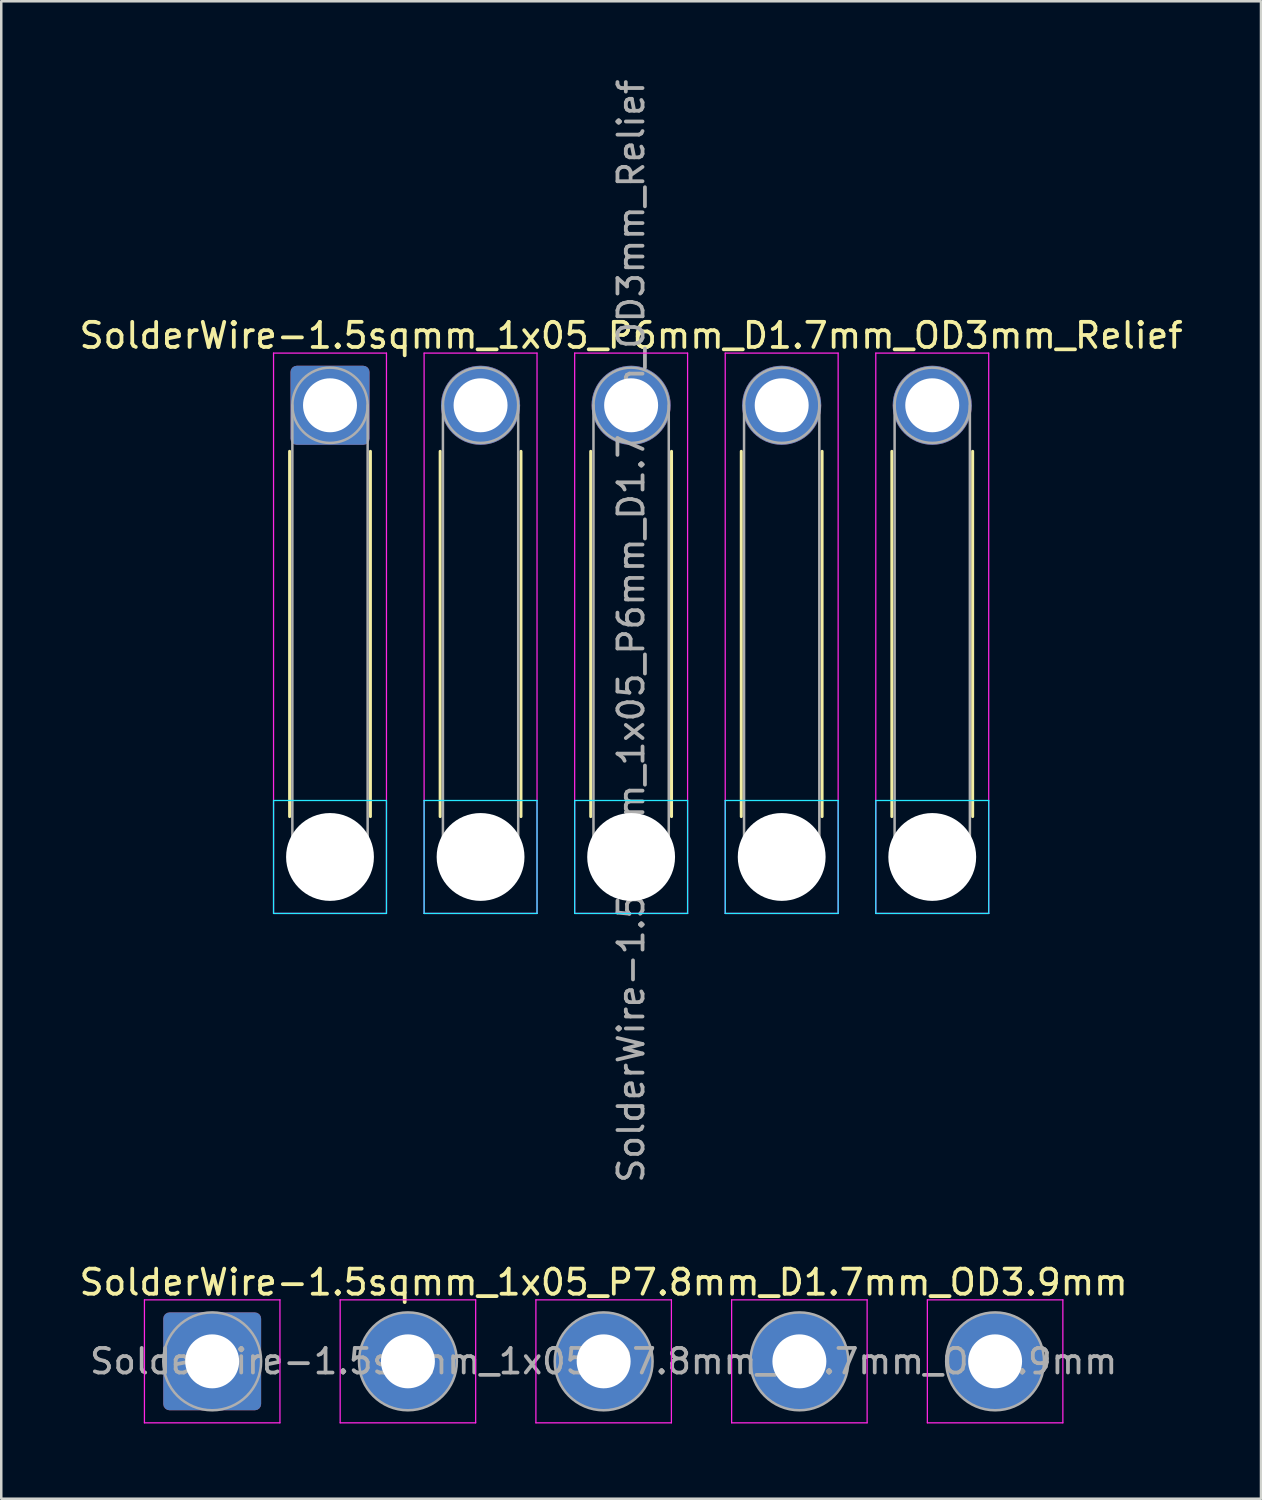
<source format=kicad_pcb>
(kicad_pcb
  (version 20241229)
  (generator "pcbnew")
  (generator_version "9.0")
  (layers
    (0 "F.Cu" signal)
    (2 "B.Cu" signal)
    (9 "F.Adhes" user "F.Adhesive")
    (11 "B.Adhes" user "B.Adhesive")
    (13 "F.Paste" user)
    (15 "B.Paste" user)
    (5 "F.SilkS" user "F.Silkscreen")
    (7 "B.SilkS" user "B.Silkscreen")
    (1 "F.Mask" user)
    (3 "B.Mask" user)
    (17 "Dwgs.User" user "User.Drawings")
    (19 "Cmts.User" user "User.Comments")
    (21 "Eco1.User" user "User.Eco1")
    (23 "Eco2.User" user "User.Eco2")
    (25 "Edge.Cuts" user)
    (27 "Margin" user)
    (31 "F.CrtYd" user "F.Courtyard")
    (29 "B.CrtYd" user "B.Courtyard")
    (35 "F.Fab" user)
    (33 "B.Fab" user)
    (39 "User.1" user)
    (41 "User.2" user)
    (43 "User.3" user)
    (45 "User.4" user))
  (footprint "SolderWire-1.5sqmm_1x05_P7.8mm_D1.7mm_OD3.9mm"
    (layer "F.Cu")
    (at 5.406 51.201)
    (property "Reference" "SolderWire-1.5sqmm_1x05_P7.8mm_D1.7mm_OD3.9mm" (at 15.6 -3.15 0) (layer "F.SilkS") (effects (font (size 1 1) (thickness 0.15))))
    (attr exclude_from_pos_files exclude_from_bom)
    (fp_line (start -2.7 -2.45) (end -2.7 2.45) (stroke (width 0.05) (type solid)) (layer "F.CrtYd"))
    (fp_line (start -2.7 2.45) (end 2.7 2.45) (stroke (width 0.05) (type solid)) (layer "F.CrtYd"))
    (fp_line (start 2.7 -2.45) (end -2.7 -2.45) (stroke (width 0.05) (type solid)) (layer "F.CrtYd"))
    (fp_line (start 2.7 2.45) (end 2.7 -2.45) (stroke (width 0.05) (type solid)) (layer "F.CrtYd"))
    (fp_line (start 5.1 -2.45) (end 5.1 2.45) (stroke (width 0.05) (type solid)) (layer "F.CrtYd"))
    (fp_line (start 5.1 2.45) (end 10.5 2.45) (stroke (width 0.05) (type solid)) (layer "F.CrtYd"))
    (fp_line (start 10.5 -2.45) (end 5.1 -2.45) (stroke (width 0.05) (type solid)) (layer "F.CrtYd"))
    (fp_line (start 10.5 2.45) (end 10.5 -2.45) (stroke (width 0.05) (type solid)) (layer "F.CrtYd"))
    (fp_line (start 12.9 -2.45) (end 12.9 2.45) (stroke (width 0.05) (type solid)) (layer "F.CrtYd"))
    (fp_line (start 12.9 2.45) (end 18.3 2.45) (stroke (width 0.05) (type solid)) (layer "F.CrtYd"))
    (fp_line (start 18.3 -2.45) (end 12.9 -2.45) (stroke (width 0.05) (type solid)) (layer "F.CrtYd"))
    (fp_line (start 18.3 2.45) (end 18.3 -2.45) (stroke (width 0.05) (type solid)) (layer "F.CrtYd"))
    (fp_line (start 20.7 -2.45) (end 20.7 2.45) (stroke (width 0.05) (type solid)) (layer "F.CrtYd"))
    (fp_line (start 20.7 2.45) (end 26.1 2.45) (stroke (width 0.05) (type solid)) (layer "F.CrtYd"))
    (fp_line (start 26.1 -2.45) (end 20.7 -2.45) (stroke (width 0.05) (type solid)) (layer "F.CrtYd"))
    (fp_line (start 26.1 2.45) (end 26.1 -2.45) (stroke (width 0.05) (type solid)) (layer "F.CrtYd"))
    (fp_line (start 28.5 -2.45) (end 28.5 2.45) (stroke (width 0.05) (type solid)) (layer "F.CrtYd"))
    (fp_line (start 28.5 2.45) (end 33.9 2.45) (stroke (width 0.05) (type solid)) (layer "F.CrtYd"))
    (fp_line (start 33.9 -2.45) (end 28.5 -2.45) (stroke (width 0.05) (type solid)) (layer "F.CrtYd"))
    (fp_line (start 33.9 2.45) (end 33.9 -2.45) (stroke (width 0.05) (type solid)) (layer "F.CrtYd"))
    (fp_circle (center 0 0) (end 1.95 0) (stroke (width 0.1) (type solid)) (fill no) (layer "F.Fab"))
    (fp_circle (center 7.8 0) (end 9.75 0) (stroke (width 0.1) (type solid)) (fill no) (layer "F.Fab"))
    (fp_circle (center 15.6 0) (end 17.55 0) (stroke (width 0.1) (type solid)) (fill no) (layer "F.Fab"))
    (fp_circle (center 23.4 0) (end 25.35 0) (stroke (width 0.1) (type solid)) (fill no) (layer "F.Fab"))
    (fp_circle (center 31.2 0) (end 33.15 0) (stroke (width 0.1) (type solid)) (fill no) (layer "F.Fab"))
    (fp_text user "${REFERENCE}" (at 15.6 0 0) (layer "F.Fab") (effects (font (size 0.98 0.98) (thickness 0.15))))
    (pad "1" thru_hole roundrect (at 0 0) (size 3.9 3.9) (drill 2.15) (layers "*.Cu" "*.Mask") (roundrect_rratio 0.064))
    (pad "2" thru_hole circle (at 7.8 0) (size 3.9 3.9) (drill 2.15) (layers "*.Cu" "*.Mask"))
    (pad "3" thru_hole circle (at 15.6 0) (size 3.9 3.9) (drill 2.15) (layers "*.Cu" "*.Mask"))
    (pad "4" thru_hole circle (at 23.4 0) (size 3.9 3.9) (drill 2.15) (layers "*.Cu" "*.Mask"))
    (pad "5" thru_hole circle (at 31.2 0) (size 3.9 3.9) (drill 2.15) (layers "*.Cu" "*.Mask")))
  (footprint "SolderWire-1.5sqmm_1x05_P6mm_D1.7mm_OD3mm_Relief"
    (layer "F.Cu")
    (at 10.101 13.101)
    (property "Reference" "SolderWire-1.5sqmm_1x05_P6mm_D1.7mm_OD3mm_Relief" (at 12 -2.78 0) (layer "F.SilkS") (effects (font (size 1 1) (thickness 0.15))))
    (attr exclude_from_pos_files exclude_from_bom)
    (fp_line (start -1.61 1.835) (end -1.61 16.39) (stroke (width 0.12) (type solid)) (layer "F.SilkS"))
    (fp_line (start 1.61 1.835) (end 1.61 16.39) (stroke (width 0.12) (type solid)) (layer "F.SilkS"))
    (fp_line (start 4.39 1.835) (end 4.39 16.39) (stroke (width 0.12) (type solid)) (layer "F.SilkS"))
    (fp_line (start 7.61 1.835) (end 7.61 16.39) (stroke (width 0.12) (type solid)) (layer "F.SilkS"))
    (fp_line (start 10.39 1.835) (end 10.39 16.39) (stroke (width 0.12) (type solid)) (layer "F.SilkS"))
    (fp_line (start 13.61 1.835) (end 13.61 16.39) (stroke (width 0.12) (type solid)) (layer "F.SilkS"))
    (fp_line (start 16.39 1.835) (end 16.39 16.39) (stroke (width 0.12) (type solid)) (layer "F.SilkS"))
    (fp_line (start 19.61 1.835) (end 19.61 16.39) (stroke (width 0.12) (type solid)) (layer "F.SilkS"))
    (fp_line (start 22.39 1.835) (end 22.39 16.39) (stroke (width 0.12) (type solid)) (layer "F.SilkS"))
    (fp_line (start 25.61 1.835) (end 25.61 16.39) (stroke (width 0.12) (type solid)) (layer "F.SilkS"))
    (fp_line (start -2.25 15.75) (end -2.25 20.25) (stroke (width 0.05) (type solid)) (layer "B.CrtYd"))
    (fp_line (start -2.25 20.25) (end 2.25 20.25) (stroke (width 0.05) (type solid)) (layer "B.CrtYd"))
    (fp_line (start 2.25 15.75) (end -2.25 15.75) (stroke (width 0.05) (type solid)) (layer "B.CrtYd"))
    (fp_line (start 2.25 20.25) (end 2.25 15.75) (stroke (width 0.05) (type solid)) (layer "B.CrtYd"))
    (fp_line (start 3.75 15.75) (end 3.75 20.25) (stroke (width 0.05) (type solid)) (layer "B.CrtYd"))
    (fp_line (start 3.75 20.25) (end 8.25 20.25) (stroke (width 0.05) (type solid)) (layer "B.CrtYd"))
    (fp_line (start 8.25 15.75) (end 3.75 15.75) (stroke (width 0.05) (type solid)) (layer "B.CrtYd"))
    (fp_line (start 8.25 20.25) (end 8.25 15.75) (stroke (width 0.05) (type solid)) (layer "B.CrtYd"))
    (fp_line (start 9.75 15.75) (end 9.75 20.25) (stroke (width 0.05) (type solid)) (layer "B.CrtYd"))
    (fp_line (start 9.75 20.25) (end 14.25 20.25) (stroke (width 0.05) (type solid)) (layer "B.CrtYd"))
    (fp_line (start 14.25 15.75) (end 9.75 15.75) (stroke (width 0.05) (type solid)) (layer "B.CrtYd"))
    (fp_line (start 14.25 20.25) (end 14.25 15.75) (stroke (width 0.05) (type solid)) (layer "B.CrtYd"))
    (fp_line (start 15.75 15.75) (end 15.75 20.25) (stroke (width 0.05) (type solid)) (layer "B.CrtYd"))
    (fp_line (start 15.75 20.25) (end 20.25 20.25) (stroke (width 0.05) (type solid)) (layer "B.CrtYd"))
    (fp_line (start 20.25 15.75) (end 15.75 15.75) (stroke (width 0.05) (type solid)) (layer "B.CrtYd"))
    (fp_line (start 20.25 20.25) (end 20.25 15.75) (stroke (width 0.05) (type solid)) (layer "B.CrtYd"))
    (fp_line (start 21.75 15.75) (end 21.75 20.25) (stroke (width 0.05) (type solid)) (layer "B.CrtYd"))
    (fp_line (start 21.75 20.25) (end 26.25 20.25) (stroke (width 0.05) (type solid)) (layer "B.CrtYd"))
    (fp_line (start 26.25 15.75) (end 21.75 15.75) (stroke (width 0.05) (type solid)) (layer "B.CrtYd"))
    (fp_line (start 26.25 20.25) (end 26.25 15.75) (stroke (width 0.05) (type solid)) (layer "B.CrtYd"))
    (fp_line (start -2.25 -2.08) (end -2.25 20.25) (stroke (width 0.05) (type solid)) (layer "F.CrtYd"))
    (fp_line (start -2.25 20.25) (end 2.25 20.25) (stroke (width 0.05) (type solid)) (layer "F.CrtYd"))
    (fp_line (start 2.25 -2.08) (end -2.25 -2.08) (stroke (width 0.05) (type solid)) (layer "F.CrtYd"))
    (fp_line (start 2.25 20.25) (end 2.25 -2.08) (stroke (width 0.05) (type solid)) (layer "F.CrtYd"))
    (fp_line (start 3.75 -2.08) (end 3.75 20.25) (stroke (width 0.05) (type solid)) (layer "F.CrtYd"))
    (fp_line (start 3.75 20.25) (end 8.25 20.25) (stroke (width 0.05) (type solid)) (layer "F.CrtYd"))
    (fp_line (start 8.25 -2.08) (end 3.75 -2.08) (stroke (width 0.05) (type solid)) (layer "F.CrtYd"))
    (fp_line (start 8.25 20.25) (end 8.25 -2.08) (stroke (width 0.05) (type solid)) (layer "F.CrtYd"))
    (fp_line (start 9.75 -2.08) (end 9.75 20.25) (stroke (width 0.05) (type solid)) (layer "F.CrtYd"))
    (fp_line (start 9.75 20.25) (end 14.25 20.25) (stroke (width 0.05) (type solid)) (layer "F.CrtYd"))
    (fp_line (start 14.25 -2.08) (end 9.75 -2.08) (stroke (width 0.05) (type solid)) (layer "F.CrtYd"))
    (fp_line (start 14.25 20.25) (end 14.25 -2.08) (stroke (width 0.05) (type solid)) (layer "F.CrtYd"))
    (fp_line (start 15.75 -2.08) (end 15.75 20.25) (stroke (width 0.05) (type solid)) (layer "F.CrtYd"))
    (fp_line (start 15.75 20.25) (end 20.25 20.25) (stroke (width 0.05) (type solid)) (layer "F.CrtYd"))
    (fp_line (start 20.25 -2.08) (end 15.75 -2.08) (stroke (width 0.05) (type solid)) (layer "F.CrtYd"))
    (fp_line (start 20.25 20.25) (end 20.25 -2.08) (stroke (width 0.05) (type solid)) (layer "F.CrtYd"))
    (fp_line (start 21.75 -2.08) (end 21.75 20.25) (stroke (width 0.05) (type solid)) (layer "F.CrtYd"))
    (fp_line (start 21.75 20.25) (end 26.25 20.25) (stroke (width 0.05) (type solid)) (layer "F.CrtYd"))
    (fp_line (start 26.25 -2.08) (end 21.75 -2.08) (stroke (width 0.05) (type solid)) (layer "F.CrtYd"))
    (fp_line (start 26.25 20.25) (end 26.25 -2.08) (stroke (width 0.05) (type solid)) (layer "F.CrtYd"))
    (fp_line (start -1.5 0) (end -1.5 18) (stroke (width 0.1) (type solid)) (layer "F.Fab"))
    (fp_line (start 1.5 0) (end 1.5 18) (stroke (width 0.1) (type solid)) (layer "F.Fab"))
    (fp_line (start 4.5 0) (end 4.5 18) (stroke (width 0.1) (type solid)) (layer "F.Fab"))
    (fp_line (start 7.5 0) (end 7.5 18) (stroke (width 0.1) (type solid)) (layer "F.Fab"))
    (fp_line (start 10.5 0) (end 10.5 18) (stroke (width 0.1) (type solid)) (layer "F.Fab"))
    (fp_line (start 13.5 0) (end 13.5 18) (stroke (width 0.1) (type solid)) (layer "F.Fab"))
    (fp_line (start 16.5 0) (end 16.5 18) (stroke (width 0.1) (type solid)) (layer "F.Fab"))
    (fp_line (start 19.5 0) (end 19.5 18) (stroke (width 0.1) (type solid)) (layer "F.Fab"))
    (fp_line (start 22.5 0) (end 22.5 18) (stroke (width 0.1) (type solid)) (layer "F.Fab"))
    (fp_line (start 25.5 0) (end 25.5 18) (stroke (width 0.1) (type solid)) (layer "F.Fab"))
    (fp_circle (center 0 0) (end 1.5 0) (stroke (width 0.1) (type solid)) (fill no) (layer "F.Fab"))
    (fp_circle (center 0 18) (end 1.5 18) (stroke (width 0.1) (type solid)) (fill no) (layer "F.Fab"))
    (fp_circle (center 6 0) (end 7.5 0) (stroke (width 0.1) (type solid)) (fill no) (layer "F.Fab"))
    (fp_circle (center 6 18) (end 7.5 18) (stroke (width 0.1) (type solid)) (fill no) (layer "F.Fab"))
    (fp_circle (center 12 0) (end 13.5 0) (stroke (width 0.1) (type solid)) (fill no) (layer "F.Fab"))
    (fp_circle (center 12 18) (end 13.5 18) (stroke (width 0.1) (type solid)) (fill no) (layer "F.Fab"))
    (fp_circle (center 18 0) (end 19.5 0) (stroke (width 0.1) (type solid)) (fill no) (layer "F.Fab"))
    (fp_circle (center 18 18) (end 19.5 18) (stroke (width 0.1) (type solid)) (fill no) (layer "F.Fab"))
    (fp_circle (center 24 0) (end 25.5 0) (stroke (width 0.1) (type solid)) (fill no) (layer "F.Fab"))
    (fp_circle (center 24 18) (end 25.5 18) (stroke (width 0.1) (type solid)) (fill no) (layer "F.Fab"))
    (fp_text user "${REFERENCE}" (at 12 9 90) (layer "F.Fab") (effects (font (size 1 1) (thickness 0.15))))
    (pad "" np_thru_hole circle (at 0 18) (size 3.5 3.5) (drill 3.5) (layers "*.Cu" "*.Mask"))
    (pad "" np_thru_hole circle (at 6 18) (size 3.5 3.5) (drill 3.5) (layers "*.Cu" "*.Mask"))
    (pad "" np_thru_hole circle (at 12 18) (size 3.5 3.5) (drill 3.5) (layers "*.Cu" "*.Mask"))
    (pad "" np_thru_hole circle (at 18 18) (size 3.5 3.5) (drill 3.5) (layers "*.Cu" "*.Mask"))
    (pad "" np_thru_hole circle (at 24 18) (size 3.5 3.5) (drill 3.5) (layers "*.Cu" "*.Mask"))
    (pad "1" thru_hole roundrect (at 0 0) (size 3.15 3.15) (drill 2.15) (layers "*.Cu" "*.Mask") (roundrect_rratio 0.079))
    (pad "2" thru_hole circle (at 6 0) (size 3.15 3.15) (drill 2.15) (layers "*.Cu" "*.Mask"))
    (pad "3" thru_hole circle (at 12 0) (size 3.15 3.15) (drill 2.15) (layers "*.Cu" "*.Mask"))
    (pad "4" thru_hole circle (at 18 0) (size 3.15 3.15) (drill 2.15) (layers "*.Cu" "*.Mask"))
    (pad "5" thru_hole circle (at 24 0) (size 3.15 3.15) (drill 2.15) (layers "*.Cu" "*.Mask")))
  (gr_rect
    (start -3 -3)
    (end 47.202 56.676)
    (stroke (width 0.1) (type default))
    (fill no)
    (layer "Edge.Cuts")))
</source>
